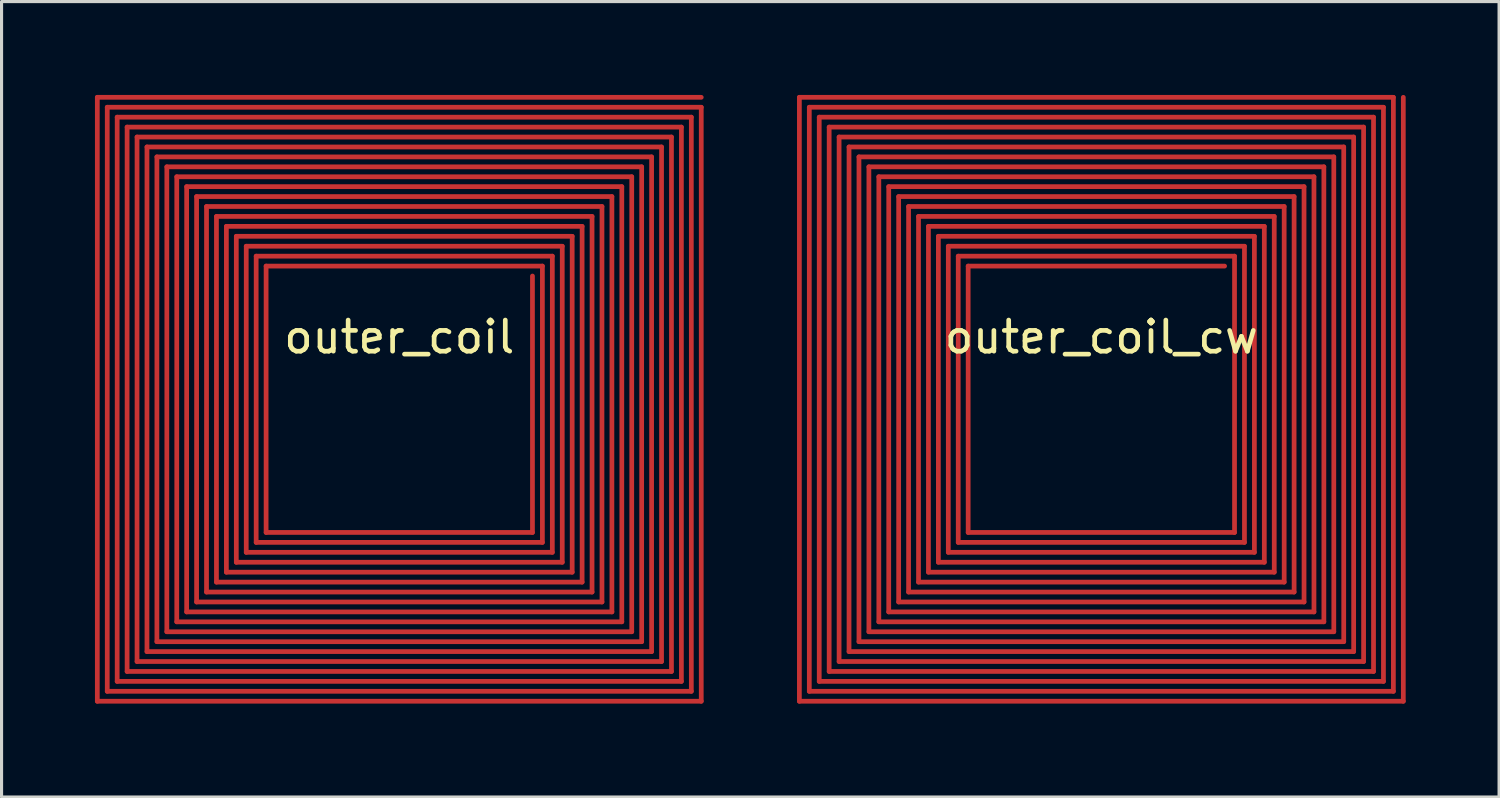
<source format=kicad_pcb>
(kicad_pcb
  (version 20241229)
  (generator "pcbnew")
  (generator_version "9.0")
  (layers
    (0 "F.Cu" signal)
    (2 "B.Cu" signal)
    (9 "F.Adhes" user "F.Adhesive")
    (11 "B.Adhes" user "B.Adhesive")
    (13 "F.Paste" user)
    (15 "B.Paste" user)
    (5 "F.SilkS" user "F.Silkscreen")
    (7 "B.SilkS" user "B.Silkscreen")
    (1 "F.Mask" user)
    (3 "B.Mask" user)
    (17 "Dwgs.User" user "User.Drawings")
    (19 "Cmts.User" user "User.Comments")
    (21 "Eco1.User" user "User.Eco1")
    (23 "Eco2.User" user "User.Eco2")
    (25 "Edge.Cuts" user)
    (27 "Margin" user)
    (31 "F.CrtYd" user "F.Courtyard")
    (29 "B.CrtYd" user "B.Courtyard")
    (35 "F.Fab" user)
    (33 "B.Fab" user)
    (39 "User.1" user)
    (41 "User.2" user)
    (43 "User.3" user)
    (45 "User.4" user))
  (footprint "outer_coil"
    (layer "F.Cu")
    (at 9.776 9.776)
    (property "Reference" "outer_coil" (at 0 -2 0) (layer "F.SilkS") (effects (font (size 1 1) (thickness 0.15))))
    (attr through_hole)
    (fp_line (start -9.7 -9.7) (end -9.7 9.7) (stroke (width 0.152) (type solid)) (layer "F.Cu"))
    (fp_line (start -9.7 9.7) (end 9.7 9.7) (stroke (width 0.152) (type solid)) (layer "F.Cu"))
    (fp_line (start -9.381 -9.381) (end -9.381 9.381) (stroke (width 0.152) (type solid)) (layer "F.Cu"))
    (fp_line (start -9.381 9.381) (end 9.381 9.381) (stroke (width 0.152) (type solid)) (layer "F.Cu"))
    (fp_line (start -9.062 -9.062) (end -9.062 9.062) (stroke (width 0.152) (type solid)) (layer "F.Cu"))
    (fp_line (start -9.062 9.062) (end 9.062 9.062) (stroke (width 0.152) (type solid)) (layer "F.Cu"))
    (fp_line (start -8.743 -8.743) (end -8.743 8.743) (stroke (width 0.152) (type solid)) (layer "F.Cu"))
    (fp_line (start -8.743 8.743) (end 8.743 8.743) (stroke (width 0.152) (type solid)) (layer "F.Cu"))
    (fp_line (start -8.424 -8.424) (end -8.424 8.424) (stroke (width 0.152) (type solid)) (layer "F.Cu"))
    (fp_line (start -8.424 8.424) (end 8.424 8.424) (stroke (width 0.152) (type solid)) (layer "F.Cu"))
    (fp_line (start -8.105 -8.105) (end -8.105 8.105) (stroke (width 0.152) (type solid)) (layer "F.Cu"))
    (fp_line (start -8.105 8.105) (end 8.105 8.105) (stroke (width 0.152) (type solid)) (layer "F.Cu"))
    (fp_line (start -7.786 -7.786) (end -7.786 7.786) (stroke (width 0.152) (type solid)) (layer "F.Cu"))
    (fp_line (start -7.786 7.786) (end 7.786 7.786) (stroke (width 0.152) (type solid)) (layer "F.Cu"))
    (fp_line (start -7.467 -7.467) (end -7.467 7.467) (stroke (width 0.152) (type solid)) (layer "F.Cu"))
    (fp_line (start -7.467 7.467) (end 7.467 7.467) (stroke (width 0.152) (type solid)) (layer "F.Cu"))
    (fp_line (start -7.148 -7.148) (end -7.148 7.148) (stroke (width 0.152) (type solid)) (layer "F.Cu"))
    (fp_line (start -7.148 7.148) (end 7.148 7.148) (stroke (width 0.152) (type solid)) (layer "F.Cu"))
    (fp_line (start -6.83 -6.83) (end -6.83 6.83) (stroke (width 0.152) (type solid)) (layer "F.Cu"))
    (fp_line (start -6.83 6.83) (end 6.83 6.83) (stroke (width 0.152) (type solid)) (layer "F.Cu"))
    (fp_line (start -6.511 -6.511) (end -6.511 6.511) (stroke (width 0.152) (type solid)) (layer "F.Cu"))
    (fp_line (start -6.511 6.511) (end 6.511 6.511) (stroke (width 0.152) (type solid)) (layer "F.Cu"))
    (fp_line (start -6.192 -6.192) (end -6.192 6.192) (stroke (width 0.152) (type solid)) (layer "F.Cu"))
    (fp_line (start -6.192 6.192) (end 6.192 6.192) (stroke (width 0.152) (type solid)) (layer "F.Cu"))
    (fp_line (start -5.873 -5.873) (end -5.873 5.873) (stroke (width 0.152) (type solid)) (layer "F.Cu"))
    (fp_line (start -5.873 5.873) (end 5.873 5.873) (stroke (width 0.152) (type solid)) (layer "F.Cu"))
    (fp_line (start -5.554 -5.554) (end -5.554 5.554) (stroke (width 0.152) (type solid)) (layer "F.Cu"))
    (fp_line (start -5.554 5.554) (end 5.554 5.554) (stroke (width 0.152) (type solid)) (layer "F.Cu"))
    (fp_line (start -5.235 -5.235) (end -5.235 5.235) (stroke (width 0.152) (type solid)) (layer "F.Cu"))
    (fp_line (start -5.235 5.235) (end 5.235 5.235) (stroke (width 0.152) (type solid)) (layer "F.Cu"))
    (fp_line (start -4.916 -4.916) (end -4.916 4.916) (stroke (width 0.152) (type solid)) (layer "F.Cu"))
    (fp_line (start -4.916 4.916) (end 4.916 4.916) (stroke (width 0.152) (type solid)) (layer "F.Cu"))
    (fp_line (start -4.597 -4.597) (end -4.597 4.597) (stroke (width 0.152) (type solid)) (layer "F.Cu"))
    (fp_line (start -4.597 4.597) (end 4.597 4.597) (stroke (width 0.152) (type solid)) (layer "F.Cu"))
    (fp_line (start -4.278 -4.278) (end -4.278 4.278) (stroke (width 0.152) (type solid)) (layer "F.Cu"))
    (fp_line (start -4.278 4.278) (end 4.278 4.278) (stroke (width 0.152) (type solid)) (layer "F.Cu"))
    (fp_line (start 4.278 4.278) (end 4.278 -3.959) (stroke (width 0.152) (type solid)) (layer "F.Cu"))
    (fp_line (start 4.597 -4.278) (end -4.278 -4.278) (stroke (width 0.152) (type solid)) (layer "F.Cu"))
    (fp_line (start 4.597 4.597) (end 4.597 -4.278) (stroke (width 0.152) (type solid)) (layer "F.Cu"))
    (fp_line (start 4.916 -4.597) (end -4.597 -4.597) (stroke (width 0.152) (type solid)) (layer "F.Cu"))
    (fp_line (start 4.916 4.916) (end 4.916 -4.597) (stroke (width 0.152) (type solid)) (layer "F.Cu"))
    (fp_line (start 5.235 -4.916) (end -4.916 -4.916) (stroke (width 0.152) (type solid)) (layer "F.Cu"))
    (fp_line (start 5.235 5.235) (end 5.235 -4.916) (stroke (width 0.152) (type solid)) (layer "F.Cu"))
    (fp_line (start 5.554 -5.235) (end -5.235 -5.235) (stroke (width 0.152) (type solid)) (layer "F.Cu"))
    (fp_line (start 5.554 5.554) (end 5.554 -5.235) (stroke (width 0.152) (type solid)) (layer "F.Cu"))
    (fp_line (start 5.873 -5.554) (end -5.554 -5.554) (stroke (width 0.152) (type solid)) (layer "F.Cu"))
    (fp_line (start 5.873 5.873) (end 5.873 -5.554) (stroke (width 0.152) (type solid)) (layer "F.Cu"))
    (fp_line (start 6.192 -5.873) (end -5.873 -5.873) (stroke (width 0.152) (type solid)) (layer "F.Cu"))
    (fp_line (start 6.192 6.192) (end 6.192 -5.873) (stroke (width 0.152) (type solid)) (layer "F.Cu"))
    (fp_line (start 6.511 -6.192) (end -6.192 -6.192) (stroke (width 0.152) (type solid)) (layer "F.Cu"))
    (fp_line (start 6.511 6.511) (end 6.511 -6.192) (stroke (width 0.152) (type solid)) (layer "F.Cu"))
    (fp_line (start 6.83 -6.511) (end -6.511 -6.511) (stroke (width 0.152) (type solid)) (layer "F.Cu"))
    (fp_line (start 6.83 6.83) (end 6.83 -6.511) (stroke (width 0.152) (type solid)) (layer "F.Cu"))
    (fp_line (start 7.148 -6.83) (end -6.83 -6.83) (stroke (width 0.152) (type solid)) (layer "F.Cu"))
    (fp_line (start 7.148 7.148) (end 7.148 -6.83) (stroke (width 0.152) (type solid)) (layer "F.Cu"))
    (fp_line (start 7.467 -7.148) (end -7.148 -7.148) (stroke (width 0.152) (type solid)) (layer "F.Cu"))
    (fp_line (start 7.467 7.467) (end 7.467 -7.148) (stroke (width 0.152) (type solid)) (layer "F.Cu"))
    (fp_line (start 7.786 -7.467) (end -7.467 -7.467) (stroke (width 0.152) (type solid)) (layer "F.Cu"))
    (fp_line (start 7.786 7.786) (end 7.786 -7.467) (stroke (width 0.152) (type solid)) (layer "F.Cu"))
    (fp_line (start 8.105 -7.786) (end -7.786 -7.786) (stroke (width 0.152) (type solid)) (layer "F.Cu"))
    (fp_line (start 8.105 8.105) (end 8.105 -7.786) (stroke (width 0.152) (type solid)) (layer "F.Cu"))
    (fp_line (start 8.424 -8.105) (end -8.105 -8.105) (stroke (width 0.152) (type solid)) (layer "F.Cu"))
    (fp_line (start 8.424 8.424) (end 8.424 -8.105) (stroke (width 0.152) (type solid)) (layer "F.Cu"))
    (fp_line (start 8.743 -8.424) (end -8.424 -8.424) (stroke (width 0.152) (type solid)) (layer "F.Cu"))
    (fp_line (start 8.743 8.743) (end 8.743 -8.424) (stroke (width 0.152) (type solid)) (layer "F.Cu"))
    (fp_line (start 9.062 -8.743) (end -8.743 -8.743) (stroke (width 0.152) (type solid)) (layer "F.Cu"))
    (fp_line (start 9.062 9.062) (end 9.062 -8.743) (stroke (width 0.152) (type solid)) (layer "F.Cu"))
    (fp_line (start 9.381 -9.062) (end -9.062 -9.062) (stroke (width 0.152) (type solid)) (layer "F.Cu"))
    (fp_line (start 9.381 9.381) (end 9.381 -9.062) (stroke (width 0.152) (type solid)) (layer "F.Cu"))
    (fp_line (start 9.7 -9.7) (end -9.7 -9.7) (stroke (width 0.152) (type solid)) (layer "F.Cu"))
    (fp_line (start 9.7 -9.381) (end -9.381 -9.381) (stroke (width 0.152) (type solid)) (layer "F.Cu"))
    (fp_line (start 9.7 9.7) (end 9.7 -9.381) (stroke (width 0.152) (type solid)) (layer "F.Cu")))
  (footprint "outer_coil_cw"
    (layer "F.Cu")
    (at 32.328 9.776)
    (property "Reference" "outer_coil_cw" (at 0 -2 0) (layer "F.SilkS") (effects (font (size 1 1) (thickness 0.15))))
    (attr through_hole)
    (fp_line (start -9.7 -9.7) (end 9.381 -9.7) (stroke (width 0.152) (type solid)) (layer "F.Cu"))
    (fp_line (start -9.7 9.7) (end -9.7 -9.7) (stroke (width 0.152) (type solid)) (layer "F.Cu"))
    (fp_line (start -9.381 -9.381) (end 9.062 -9.381) (stroke (width 0.152) (type solid)) (layer "F.Cu"))
    (fp_line (start -9.381 9.381) (end -9.381 -9.381) (stroke (width 0.152) (type solid)) (layer "F.Cu"))
    (fp_line (start -9.062 -9.062) (end 8.743 -9.062) (stroke (width 0.152) (type solid)) (layer "F.Cu"))
    (fp_line (start -9.062 9.062) (end -9.062 -9.062) (stroke (width 0.152) (type solid)) (layer "F.Cu"))
    (fp_line (start -8.743 -8.743) (end 8.424 -8.743) (stroke (width 0.152) (type solid)) (layer "F.Cu"))
    (fp_line (start -8.743 8.743) (end -8.743 -8.743) (stroke (width 0.152) (type solid)) (layer "F.Cu"))
    (fp_line (start -8.424 -8.424) (end 8.105 -8.424) (stroke (width 0.152) (type solid)) (layer "F.Cu"))
    (fp_line (start -8.424 8.424) (end -8.424 -8.424) (stroke (width 0.152) (type solid)) (layer "F.Cu"))
    (fp_line (start -8.105 -8.105) (end 7.786 -8.105) (stroke (width 0.152) (type solid)) (layer "F.Cu"))
    (fp_line (start -8.105 8.105) (end -8.105 -8.105) (stroke (width 0.152) (type solid)) (layer "F.Cu"))
    (fp_line (start -7.786 -7.786) (end 7.467 -7.786) (stroke (width 0.152) (type solid)) (layer "F.Cu"))
    (fp_line (start -7.786 7.786) (end -7.786 -7.786) (stroke (width 0.152) (type solid)) (layer "F.Cu"))
    (fp_line (start -7.467 -7.467) (end 7.148 -7.467) (stroke (width 0.152) (type solid)) (layer "F.Cu"))
    (fp_line (start -7.467 7.467) (end -7.467 -7.467) (stroke (width 0.152) (type solid)) (layer "F.Cu"))
    (fp_line (start -7.148 -7.148) (end 6.83 -7.148) (stroke (width 0.152) (type solid)) (layer "F.Cu"))
    (fp_line (start -7.148 7.148) (end -7.148 -7.148) (stroke (width 0.152) (type solid)) (layer "F.Cu"))
    (fp_line (start -6.83 -6.83) (end 6.511 -6.83) (stroke (width 0.152) (type solid)) (layer "F.Cu"))
    (fp_line (start -6.83 6.83) (end -6.83 -6.83) (stroke (width 0.152) (type solid)) (layer "F.Cu"))
    (fp_line (start -6.511 -6.511) (end 6.192 -6.511) (stroke (width 0.152) (type solid)) (layer "F.Cu"))
    (fp_line (start -6.511 6.511) (end -6.511 -6.511) (stroke (width 0.152) (type solid)) (layer "F.Cu"))
    (fp_line (start -6.192 -6.192) (end 5.873 -6.192) (stroke (width 0.152) (type solid)) (layer "F.Cu"))
    (fp_line (start -6.192 6.192) (end -6.192 -6.192) (stroke (width 0.152) (type solid)) (layer "F.Cu"))
    (fp_line (start -5.873 -5.873) (end 5.554 -5.873) (stroke (width 0.152) (type solid)) (layer "F.Cu"))
    (fp_line (start -5.873 5.873) (end -5.873 -5.873) (stroke (width 0.152) (type solid)) (layer "F.Cu"))
    (fp_line (start -5.554 -5.554) (end 5.235 -5.554) (stroke (width 0.152) (type solid)) (layer "F.Cu"))
    (fp_line (start -5.554 5.554) (end -5.554 -5.554) (stroke (width 0.152) (type solid)) (layer "F.Cu"))
    (fp_line (start -5.235 -5.235) (end 4.916 -5.235) (stroke (width 0.152) (type solid)) (layer "F.Cu"))
    (fp_line (start -5.235 5.235) (end -5.235 -5.235) (stroke (width 0.152) (type solid)) (layer "F.Cu"))
    (fp_line (start -4.916 -4.916) (end 4.597 -4.916) (stroke (width 0.152) (type solid)) (layer "F.Cu"))
    (fp_line (start -4.916 4.916) (end -4.916 -4.916) (stroke (width 0.152) (type solid)) (layer "F.Cu"))
    (fp_line (start -4.597 -4.597) (end 4.278 -4.597) (stroke (width 0.152) (type solid)) (layer "F.Cu"))
    (fp_line (start -4.597 4.597) (end -4.597 -4.597) (stroke (width 0.152) (type solid)) (layer "F.Cu"))
    (fp_line (start -4.278 -4.278) (end 3.959 -4.278) (stroke (width 0.152) (type solid)) (layer "F.Cu"))
    (fp_line (start -4.278 4.278) (end -4.278 -4.278) (stroke (width 0.152) (type solid)) (layer "F.Cu"))
    (fp_line (start 4.278 -4.597) (end 4.278 4.278) (stroke (width 0.152) (type solid)) (layer "F.Cu"))
    (fp_line (start 4.278 4.278) (end -4.278 4.278) (stroke (width 0.152) (type solid)) (layer "F.Cu"))
    (fp_line (start 4.597 -4.916) (end 4.597 4.597) (stroke (width 0.152) (type solid)) (layer "F.Cu"))
    (fp_line (start 4.597 4.597) (end -4.597 4.597) (stroke (width 0.152) (type solid)) (layer "F.Cu"))
    (fp_line (start 4.916 -5.235) (end 4.916 4.916) (stroke (width 0.152) (type solid)) (layer "F.Cu"))
    (fp_line (start 4.916 4.916) (end -4.916 4.916) (stroke (width 0.152) (type solid)) (layer "F.Cu"))
    (fp_line (start 5.235 -5.554) (end 5.235 5.235) (stroke (width 0.152) (type solid)) (layer "F.Cu"))
    (fp_line (start 5.235 5.235) (end -5.235 5.235) (stroke (width 0.152) (type solid)) (layer "F.Cu"))
    (fp_line (start 5.554 -5.873) (end 5.554 5.554) (stroke (width 0.152) (type solid)) (layer "F.Cu"))
    (fp_line (start 5.554 5.554) (end -5.554 5.554) (stroke (width 0.152) (type solid)) (layer "F.Cu"))
    (fp_line (start 5.873 -6.192) (end 5.873 5.873) (stroke (width 0.152) (type solid)) (layer "F.Cu"))
    (fp_line (start 5.873 5.873) (end -5.873 5.873) (stroke (width 0.152) (type solid)) (layer "F.Cu"))
    (fp_line (start 6.192 -6.511) (end 6.192 6.192) (stroke (width 0.152) (type solid)) (layer "F.Cu"))
    (fp_line (start 6.192 6.192) (end -6.192 6.192) (stroke (width 0.152) (type solid)) (layer "F.Cu"))
    (fp_line (start 6.511 -6.83) (end 6.511 6.511) (stroke (width 0.152) (type solid)) (layer "F.Cu"))
    (fp_line (start 6.511 6.511) (end -6.511 6.511) (stroke (width 0.152) (type solid)) (layer "F.Cu"))
    (fp_line (start 6.83 -7.148) (end 6.83 6.83) (stroke (width 0.152) (type solid)) (layer "F.Cu"))
    (fp_line (start 6.83 6.83) (end -6.83 6.83) (stroke (width 0.152) (type solid)) (layer "F.Cu"))
    (fp_line (start 7.148 -7.467) (end 7.148 7.148) (stroke (width 0.152) (type solid)) (layer "F.Cu"))
    (fp_line (start 7.148 7.148) (end -7.148 7.148) (stroke (width 0.152) (type solid)) (layer "F.Cu"))
    (fp_line (start 7.467 -7.786) (end 7.467 7.467) (stroke (width 0.152) (type solid)) (layer "F.Cu"))
    (fp_line (start 7.467 7.467) (end -7.467 7.467) (stroke (width 0.152) (type solid)) (layer "F.Cu"))
    (fp_line (start 7.786 -8.105) (end 7.786 7.786) (stroke (width 0.152) (type solid)) (layer "F.Cu"))
    (fp_line (start 7.786 7.786) (end -7.786 7.786) (stroke (width 0.152) (type solid)) (layer "F.Cu"))
    (fp_line (start 8.105 -8.424) (end 8.105 8.105) (stroke (width 0.152) (type solid)) (layer "F.Cu"))
    (fp_line (start 8.105 8.105) (end -8.105 8.105) (stroke (width 0.152) (type solid)) (layer "F.Cu"))
    (fp_line (start 8.424 -8.743) (end 8.424 8.424) (stroke (width 0.152) (type solid)) (layer "F.Cu"))
    (fp_line (start 8.424 8.424) (end -8.424 8.424) (stroke (width 0.152) (type solid)) (layer "F.Cu"))
    (fp_line (start 8.743 -9.062) (end 8.743 8.743) (stroke (width 0.152) (type solid)) (layer "F.Cu"))
    (fp_line (start 8.743 8.743) (end -8.743 8.743) (stroke (width 0.152) (type solid)) (layer "F.Cu"))
    (fp_line (start 9.062 -9.381) (end 9.062 9.062) (stroke (width 0.152) (type solid)) (layer "F.Cu"))
    (fp_line (start 9.062 9.062) (end -9.062 9.062) (stroke (width 0.152) (type solid)) (layer "F.Cu"))
    (fp_line (start 9.381 -9.7) (end 9.381 9.381) (stroke (width 0.152) (type solid)) (layer "F.Cu"))
    (fp_line (start 9.381 9.381) (end -9.381 9.381) (stroke (width 0.152) (type solid)) (layer "F.Cu"))
    (fp_line (start 9.7 -9.7) (end 9.7 9.7) (stroke (width 0.152) (type solid)) (layer "F.Cu"))
    (fp_line (start 9.7 9.7) (end -9.7 9.7) (stroke (width 0.152) (type solid)) (layer "F.Cu")))
  (gr_rect
    (start -3 -3)
    (end 45.104 22.552)
    (stroke (width 0.1) (type default))
    (fill no)
    (layer "Edge.Cuts")))
</source>
